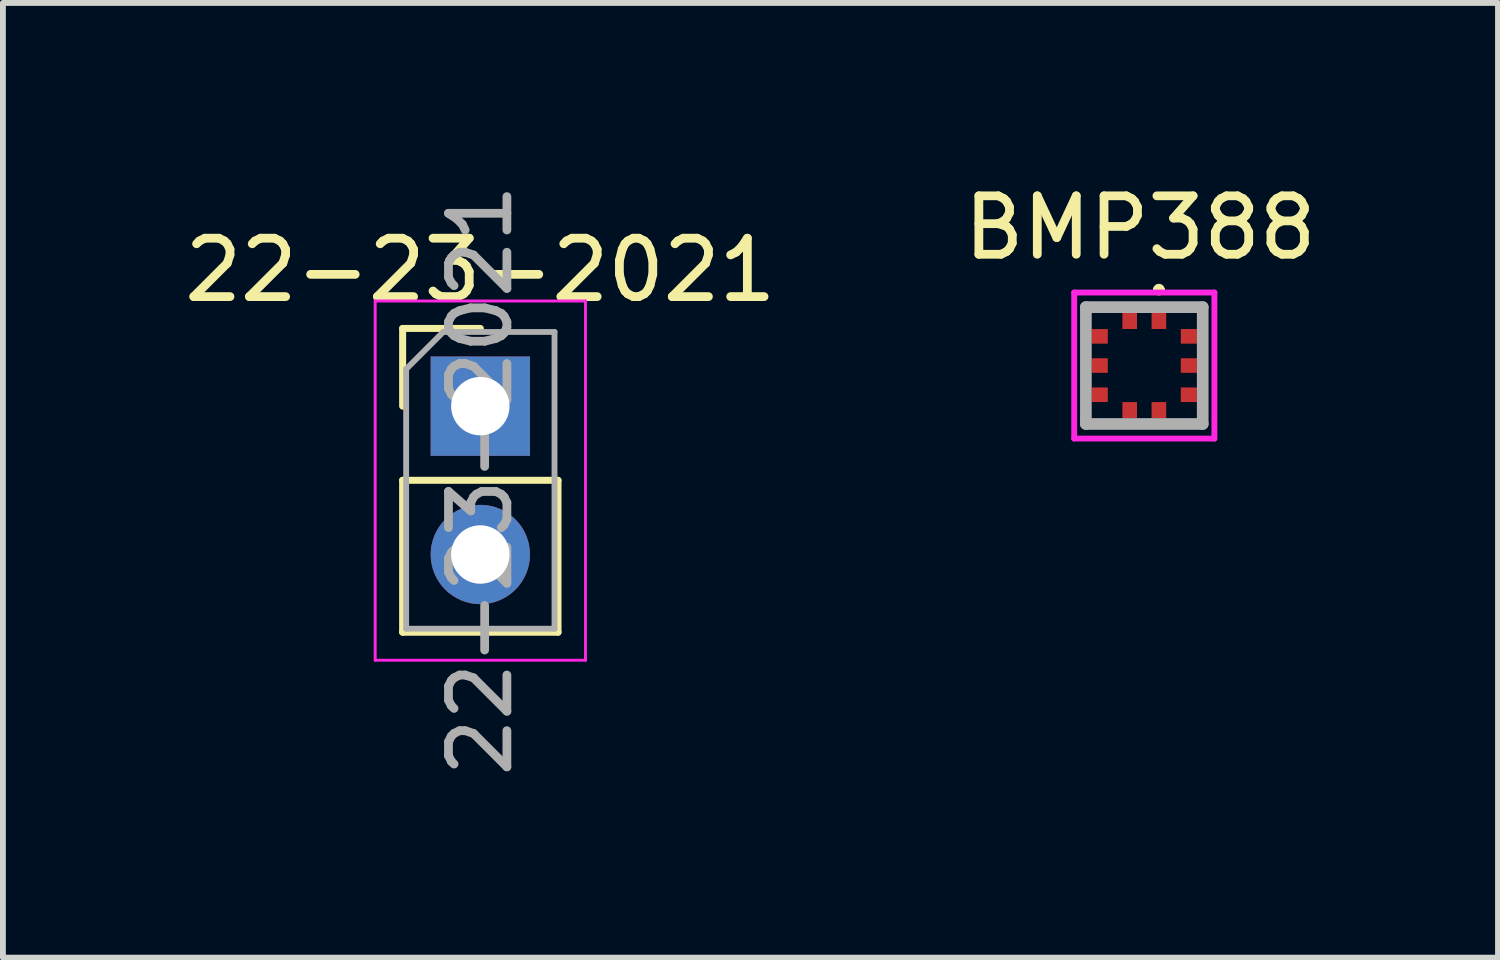
<source format=kicad_pcb>
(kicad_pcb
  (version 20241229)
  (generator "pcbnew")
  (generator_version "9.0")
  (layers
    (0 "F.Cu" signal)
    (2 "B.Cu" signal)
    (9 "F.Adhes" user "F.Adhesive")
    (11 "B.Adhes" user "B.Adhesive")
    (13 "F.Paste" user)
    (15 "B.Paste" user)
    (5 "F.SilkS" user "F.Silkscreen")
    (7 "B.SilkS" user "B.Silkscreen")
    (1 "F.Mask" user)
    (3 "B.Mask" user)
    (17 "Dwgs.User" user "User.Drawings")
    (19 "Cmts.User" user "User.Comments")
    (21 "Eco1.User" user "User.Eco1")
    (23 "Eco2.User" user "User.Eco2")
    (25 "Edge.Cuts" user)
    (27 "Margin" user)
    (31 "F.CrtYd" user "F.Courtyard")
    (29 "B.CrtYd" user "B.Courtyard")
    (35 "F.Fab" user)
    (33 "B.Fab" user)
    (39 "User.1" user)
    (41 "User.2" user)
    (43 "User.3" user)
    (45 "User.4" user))
  (footprint "22-23-2021"
    (layer "F.Cu")
    (at 5.173 3.903)
    (property "Reference" "22-23-2021" (at 0 -2.33 0) (layer "F.SilkS") (effects (font (size 1 1) (thickness 0.15))))
    (attr through_hole)
    (fp_line (start -1.33 -1.33) (end 0 -1.33) (stroke (width 0.12) (type solid)) (layer "F.SilkS"))
    (fp_line (start -1.33 0) (end -1.33 -1.33) (stroke (width 0.12) (type solid)) (layer "F.SilkS"))
    (fp_line (start -1.33 1.27) (end -1.33 3.87) (stroke (width 0.12) (type solid)) (layer "F.SilkS"))
    (fp_line (start -1.33 1.27) (end 1.33 1.27) (stroke (width 0.12) (type solid)) (layer "F.SilkS"))
    (fp_line (start -1.33 3.87) (end 1.33 3.87) (stroke (width 0.12) (type solid)) (layer "F.SilkS"))
    (fp_line (start 1.33 1.27) (end 1.33 3.87) (stroke (width 0.12) (type solid)) (layer "F.SilkS"))
    (fp_line (start -1.8 -1.8) (end -1.8 4.35) (stroke (width 0.05) (type solid)) (layer "F.CrtYd"))
    (fp_line (start -1.8 4.35) (end 1.8 4.35) (stroke (width 0.05) (type solid)) (layer "F.CrtYd"))
    (fp_line (start 1.8 -1.8) (end -1.8 -1.8) (stroke (width 0.05) (type solid)) (layer "F.CrtYd"))
    (fp_line (start 1.8 4.35) (end 1.8 -1.8) (stroke (width 0.05) (type solid)) (layer "F.CrtYd"))
    (fp_line (start -1.27 -0.635) (end -0.635 -1.27) (stroke (width 0.1) (type solid)) (layer "F.Fab"))
    (fp_line (start -1.27 3.81) (end -1.27 -0.635) (stroke (width 0.1) (type solid)) (layer "F.Fab"))
    (fp_line (start -0.635 -1.27) (end 1.27 -1.27) (stroke (width 0.1) (type solid)) (layer "F.Fab"))
    (fp_line (start 1.27 -1.27) (end 1.27 3.81) (stroke (width 0.1) (type solid)) (layer "F.Fab"))
    (fp_line (start 1.27 3.81) (end -1.27 3.81) (stroke (width 0.1) (type solid)) (layer "F.Fab"))
    (fp_text user "${REFERENCE}" (at 0 1.27 90) (layer "F.Fab") (effects (font (size 1 1) (thickness 0.15))))
    (pad "1" thru_hole rect (at 0 0) (size 1.7 1.7) (drill 1) (layers "*.Cu" "*.Mask"))
    (pad "2" thru_hole oval (at 0 2.54) (size 1.7 1.7) (drill 1) (layers "*.Cu" "*.Mask")))
  (footprint "BMP388"
    (layer "F.Cu")
    (at 16.54 3.208)
    (property "Reference" "BMP388" (at -0.07 -2.36 0) (layer "F.SilkS") (effects (font (size 1 1) (thickness 0.15))))
    (attr smd)
    (fp_line (start -1 -1) (end -1 -0.8) (stroke (width 0.1) (type solid)) (layer "F.SilkS"))
    (fp_line (start -1 0.8) (end -1 1) (stroke (width 0.1) (type solid)) (layer "F.SilkS"))
    (fp_line (start -1 1) (end -0.5 1) (stroke (width 0.1) (type solid)) (layer "F.SilkS"))
    (fp_line (start -0.5 -1) (end -1 -1) (stroke (width 0.1) (type solid)) (layer "F.SilkS"))
    (fp_line (start 0.2 -1.3) (end 0.2 -1.3) (stroke (width 0.1) (type solid)) (layer "F.SilkS"))
    (fp_line (start 0.3 -1.3) (end 0.3 -1.3) (stroke (width 0.1) (type solid)) (layer "F.SilkS"))
    (fp_line (start 0.5 -1) (end 1 -1) (stroke (width 0.1) (type solid)) (layer "F.SilkS"))
    (fp_line (start 0.5 1) (end 1 1) (stroke (width 0.1) (type solid)) (layer "F.SilkS"))
    (fp_line (start 1 -1) (end 1 -0.8) (stroke (width 0.1) (type solid)) (layer "F.SilkS"))
    (fp_line (start 1 1) (end 1 0.8) (stroke (width 0.1) (type solid)) (layer "F.SilkS"))
    (fp_arc (start 0.2 -1.3) (mid 0.25 -1.35) (end 0.3 -1.3) (stroke (width 0.1) (type solid)) (layer "F.SilkS"))
    (fp_arc (start 0.3 -1.3) (mid 0.25 -1.25) (end 0.2 -1.3) (stroke (width 0.1) (type solid)) (layer "F.SilkS"))
    (fp_line (start -1.2 -1.25) (end 1.2 -1.25) (stroke (width 0.1) (type solid)) (layer "F.CrtYd"))
    (fp_line (start -1.2 1.25) (end -1.2 -1.25) (stroke (width 0.1) (type solid)) (layer "F.CrtYd"))
    (fp_line (start 1.2 -1.25) (end 1.2 1.25) (stroke (width 0.1) (type solid)) (layer "F.CrtYd"))
    (fp_line (start 1.2 1.25) (end -1.2 1.25) (stroke (width 0.1) (type solid)) (layer "F.CrtYd"))
    (fp_line (start -1 -1) (end 1 -1) (stroke (width 0.2) (type solid)) (layer "F.Fab"))
    (fp_line (start -1 1) (end -1 -1) (stroke (width 0.2) (type solid)) (layer "F.Fab"))
    (fp_line (start 1 -1) (end 1 1) (stroke (width 0.2) (type solid)) (layer "F.Fab"))
    (fp_line (start 1 1) (end -1 1) (stroke (width 0.2) (type solid)) (layer "F.Fab"))
    (pad "1" smd rect (at 0.25 -0.763) (size 0.25 0.275) (layers "F.Cu" "F.Mask" "F.Paste"))
    (pad "2" smd rect (at -0.25 -0.763) (size 0.25 0.275) (layers "F.Cu" "F.Mask" "F.Paste"))
    (pad "3" smd rect (at -0.762 -0.5 90) (size 0.25 0.275) (layers "F.Cu" "F.Mask" "F.Paste"))
    (pad "4" smd rect (at -0.762 0 90) (size 0.25 0.275) (layers "F.Cu" "F.Mask" "F.Paste"))
    (pad "5" smd rect (at -0.762 0.5 90) (size 0.25 0.275) (layers "F.Cu" "F.Mask" "F.Paste"))
    (pad "6" smd rect (at -0.25 0.763) (size 0.25 0.275) (layers "F.Cu" "F.Mask" "F.Paste"))
    (pad "7" smd rect (at 0.25 0.763) (size 0.25 0.275) (layers "F.Cu" "F.Mask" "F.Paste"))
    (pad "8" smd rect (at 0.762 0.5 90) (size 0.25 0.275) (layers "F.Cu" "F.Mask" "F.Paste"))
    (pad "9" smd rect (at 0.762 0 90) (size 0.25 0.275) (layers "F.Cu" "F.Mask" "F.Paste"))
    (pad "10" smd rect (at 0.762 -0.5 90) (size 0.25 0.275) (layers "F.Cu" "F.Mask" "F.Paste")))
  (gr_rect
    (start -3 -3)
    (end 22.595 13.345)
    (stroke (width 0.1) (type default))
    (fill no)
    (layer "Edge.Cuts")))
</source>
